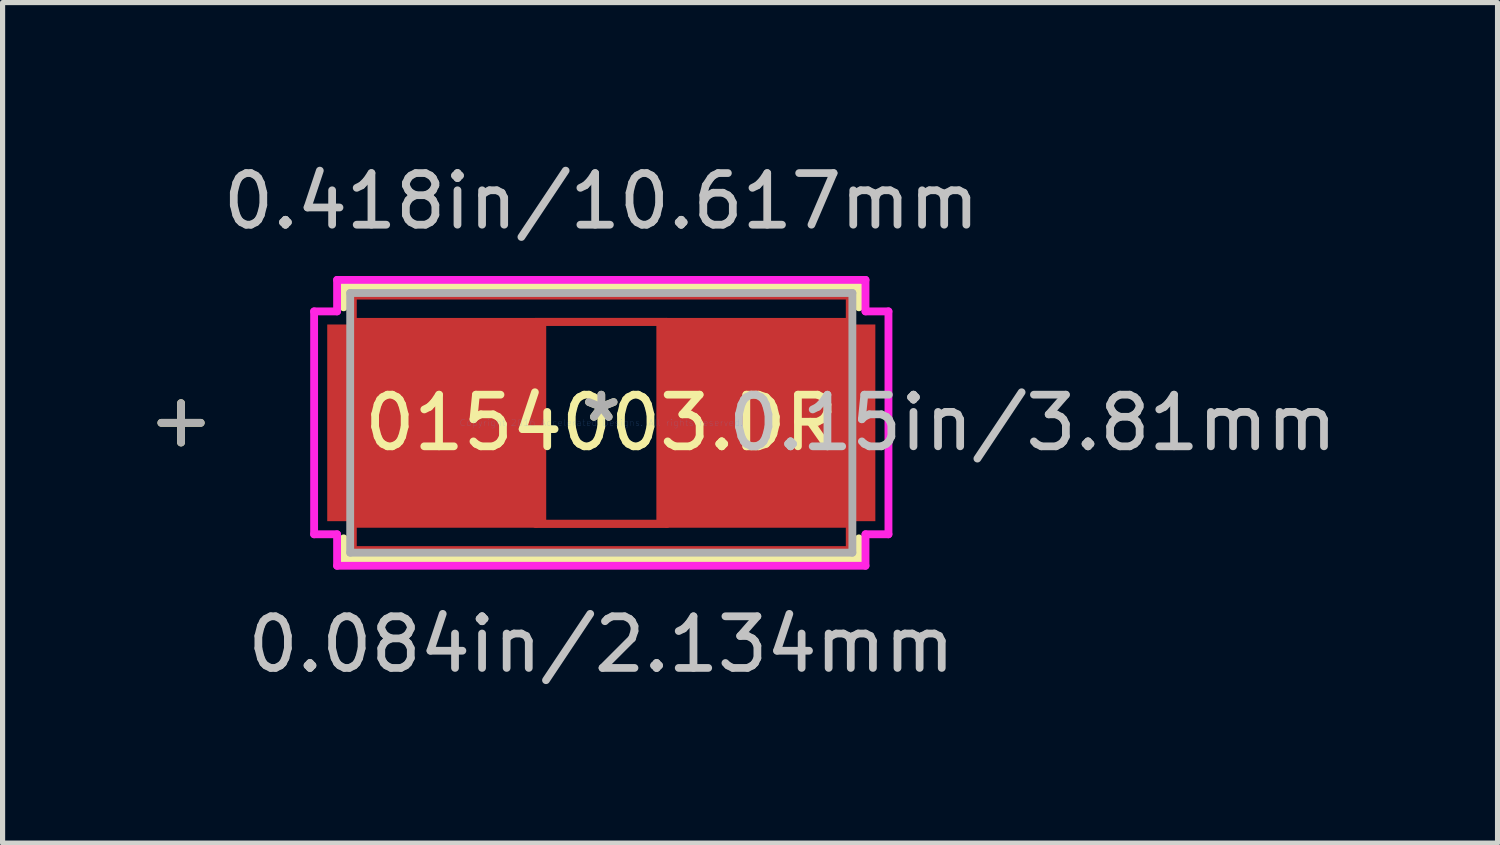
<source format=kicad_pcb>
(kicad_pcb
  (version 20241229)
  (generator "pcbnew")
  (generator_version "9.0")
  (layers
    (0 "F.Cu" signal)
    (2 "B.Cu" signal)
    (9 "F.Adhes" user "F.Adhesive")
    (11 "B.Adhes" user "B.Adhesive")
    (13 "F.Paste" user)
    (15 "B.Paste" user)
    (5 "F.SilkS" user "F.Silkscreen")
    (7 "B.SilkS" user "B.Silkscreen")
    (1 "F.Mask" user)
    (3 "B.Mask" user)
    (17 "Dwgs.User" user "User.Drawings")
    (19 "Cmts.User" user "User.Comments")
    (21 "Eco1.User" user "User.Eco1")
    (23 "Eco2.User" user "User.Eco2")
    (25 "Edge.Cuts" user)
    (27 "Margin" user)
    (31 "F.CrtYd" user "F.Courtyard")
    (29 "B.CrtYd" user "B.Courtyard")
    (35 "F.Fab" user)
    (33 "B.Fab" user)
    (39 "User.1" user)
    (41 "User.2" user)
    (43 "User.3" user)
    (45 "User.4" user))
  (footprint "0154003.DR"
    (layer "F.Cu")
    (at 8.598 5.141)
    (property "Reference" "0154003.DR" (at 0 0 0) (layer "F.SilkS") (effects (font (size 1 1) (thickness 0.15))))
    (attr through_hole)
    (fp_line (start -4.813 -2.464) (end 4.813 -2.464) (stroke (width 0.152) (type solid)) (layer "F.Cu"))
    (fp_line (start -4.813 -1.956) (end -4.813 -2.464) (stroke (width 0.152) (type solid)) (layer "F.Cu"))
    (fp_line (start -4.813 1.956) (end 4.813 1.956) (stroke (width 0.152) (type solid)) (layer "F.Cu"))
    (fp_line (start -4.813 2.464) (end -4.813 1.956) (stroke (width 0.152) (type solid)) (layer "F.Cu"))
    (fp_line (start -1.27 -1.956) (end 1.27 -1.956) (stroke (width 0.152) (type solid)) (layer "F.Cu"))
    (fp_line (start -1.27 1.956) (end -1.27 -1.956) (stroke (width 0.152) (type solid)) (layer "F.Cu"))
    (fp_line (start 1.27 -1.956) (end 1.27 1.956) (stroke (width 0.152) (type solid)) (layer "F.Cu"))
    (fp_line (start 1.27 1.956) (end -1.27 1.956) (stroke (width 0.152) (type solid)) (layer "F.Cu"))
    (fp_line (start 4.813 -2.464) (end 4.813 -1.956) (stroke (width 0.152) (type solid)) (layer "F.Cu"))
    (fp_line (start 4.813 -1.956) (end -4.813 -1.956) (stroke (width 0.152) (type solid)) (layer "F.Cu"))
    (fp_line (start 4.813 1.956) (end 4.813 2.464) (stroke (width 0.152) (type solid)) (layer "F.Cu"))
    (fp_line (start 4.813 2.464) (end -4.813 2.464) (stroke (width 0.152) (type solid)) (layer "F.Cu"))
    (fp_line (start -8.141 -0.381) (end -8.141 0.381) (stroke (width 0.152) (type solid)) (layer "F.SilkS"))
    (fp_line (start -7.76 0) (end -8.522 0) (stroke (width 0.152) (type solid)) (layer "F.SilkS"))
    (fp_line (start -4.991 -2.642) (end -4.991 -2.238) (stroke (width 0.152) (type solid)) (layer "F.SilkS"))
    (fp_line (start -4.991 2.238) (end -4.991 2.642) (stroke (width 0.152) (type solid)) (layer "F.SilkS"))
    (fp_line (start -4.991 2.642) (end 4.991 2.642) (stroke (width 0.152) (type solid)) (layer "F.SilkS"))
    (fp_line (start 4.991 -2.642) (end -4.991 -2.642) (stroke (width 0.152) (type solid)) (layer "F.SilkS"))
    (fp_line (start 4.991 -2.238) (end 4.991 -2.642) (stroke (width 0.152) (type solid)) (layer "F.SilkS"))
    (fp_line (start 4.991 2.642) (end 4.991 2.238) (stroke (width 0.152) (type solid)) (layer "F.SilkS"))
    (fp_line (start -5.563 -2.159) (end -5.118 -2.159) (stroke (width 0.152) (type solid)) (layer "F.CrtYd"))
    (fp_line (start -5.563 2.159) (end -5.563 -2.159) (stroke (width 0.152) (type solid)) (layer "F.CrtYd"))
    (fp_line (start -5.118 -2.769) (end 5.118 -2.769) (stroke (width 0.152) (type solid)) (layer "F.CrtYd"))
    (fp_line (start -5.118 -2.159) (end -5.118 -2.769) (stroke (width 0.152) (type solid)) (layer "F.CrtYd"))
    (fp_line (start -5.118 2.159) (end -5.563 2.159) (stroke (width 0.152) (type solid)) (layer "F.CrtYd"))
    (fp_line (start -5.118 2.769) (end -5.118 2.159) (stroke (width 0.152) (type solid)) (layer "F.CrtYd"))
    (fp_line (start 5.118 -2.769) (end 5.118 -2.159) (stroke (width 0.152) (type solid)) (layer "F.CrtYd"))
    (fp_line (start 5.118 -2.159) (end 5.563 -2.159) (stroke (width 0.152) (type solid)) (layer "F.CrtYd"))
    (fp_line (start 5.118 2.159) (end 5.118 2.769) (stroke (width 0.152) (type solid)) (layer "F.CrtYd"))
    (fp_line (start 5.118 2.769) (end -5.118 2.769) (stroke (width 0.152) (type solid)) (layer "F.CrtYd"))
    (fp_line (start 5.563 -2.159) (end 5.563 2.159) (stroke (width 0.152) (type solid)) (layer "F.CrtYd"))
    (fp_line (start 5.563 2.159) (end 5.118 2.159) (stroke (width 0.152) (type solid)) (layer "F.CrtYd"))
    (fp_line (start -8.141 -0.381) (end -8.141 0.381) (stroke (width 0.152) (type solid)) (layer "F.Fab"))
    (fp_line (start -7.76 0) (end -8.522 0) (stroke (width 0.152) (type solid)) (layer "F.Fab"))
    (fp_line (start -4.864 -2.515) (end -4.864 2.515) (stroke (width 0.152) (type solid)) (layer "F.Fab"))
    (fp_line (start -4.864 2.515) (end 4.864 2.515) (stroke (width 0.152) (type solid)) (layer "F.Fab"))
    (fp_line (start 4.864 -2.515) (end -4.864 -2.515) (stroke (width 0.152) (type solid)) (layer "F.Fab"))
    (fp_line (start 4.864 2.515) (end 4.864 -2.515) (stroke (width 0.152) (type solid)) (layer "F.Fab"))
    (fp_text user "*" (at 0 0 0) (layer "F.SilkS") (effects (font (size 1 1) (thickness 0.15))))
    (fp_text user "0.418in/10.617mm" (at 0 -4.293 0) (layer "Dwgs.User") (effects (font (size 1 1) (thickness 0.15))))
    (fp_text user "0.15in/3.81mm" (at 8.357 0 0) (layer "Dwgs.User") (effects (font (size 1 1) (thickness 0.15))))
    (fp_text user "0.084in/2.134mm" (at 0 4.293 0) (layer "Dwgs.User") (effects (font (size 1 1) (thickness 0.15))))
    (fp_text user "Copyright 2016 Accelerated Designs. All rights reserved." (at 0 0 0) (layer "Cmts.User") (effects (font (size 0.127 0.127) (thickness 0.002))))
    (fp_text user "*" (at 0 0 0) (layer "F.Fab") (effects (font (size 1 1) (thickness 0.15))))
    (pad "1" smd rect (at -3.188 0) (size 4.242 3.81) (layers "F.Cu" "F.Mask" "F.Paste"))
    (pad "2" smd rect (at 3.188 0) (size 4.242 3.81) (layers "F.Cu" "F.Mask" "F.Paste")))
  (gr_rect
    (start -3 -3)
    (end 25.96 13.282)
    (stroke (width 0.1) (type default))
    (fill no)
    (layer "Edge.Cuts")))
</source>
